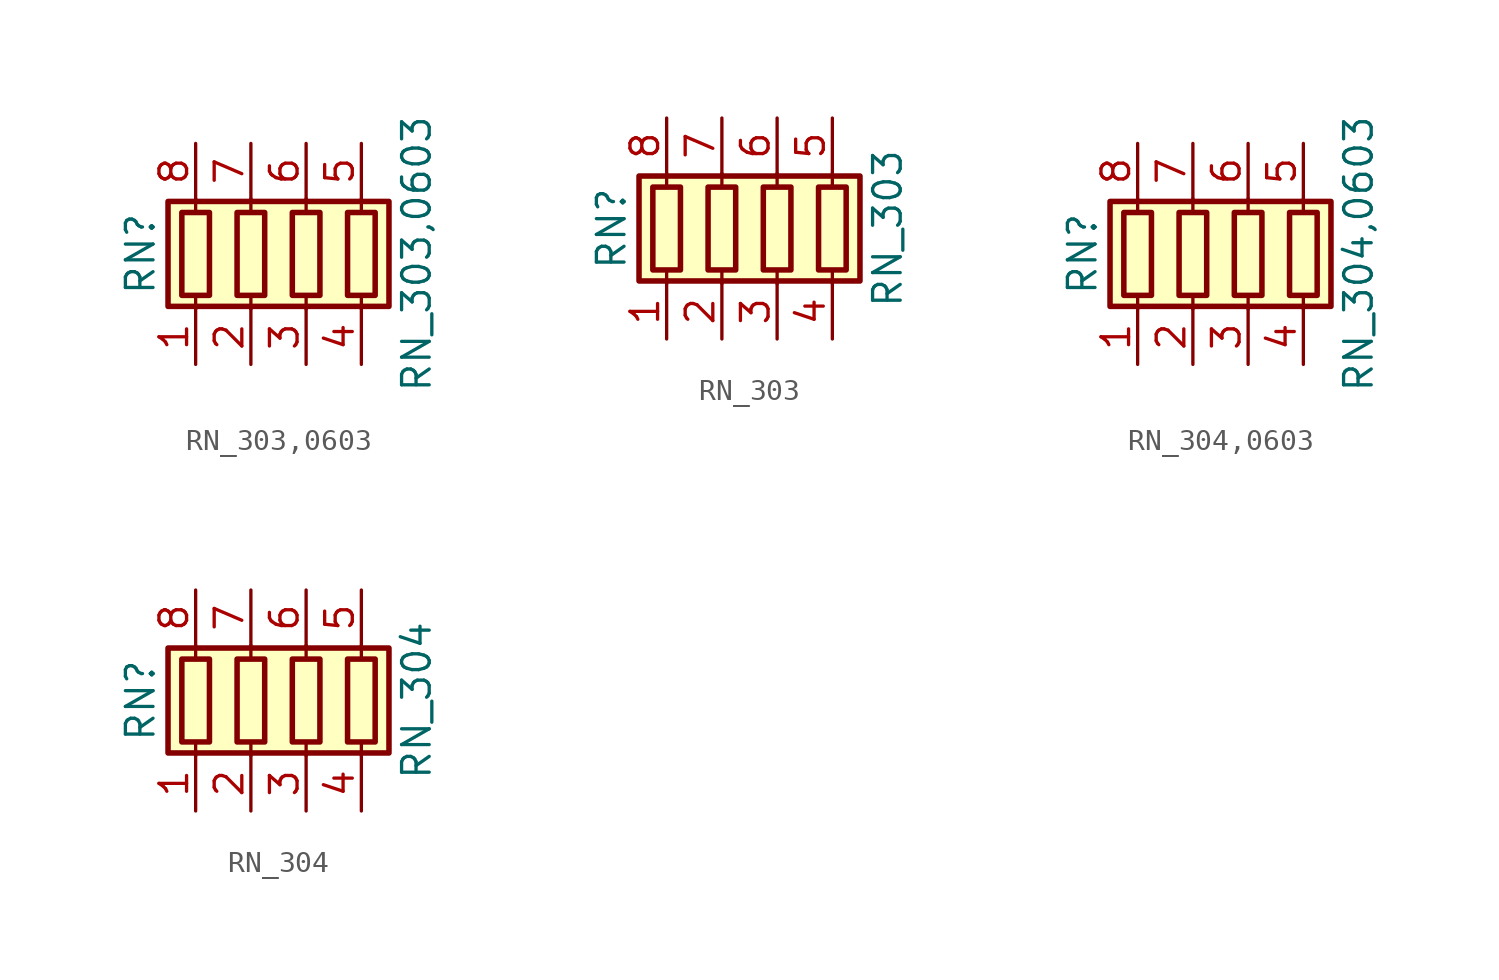
<source format=kicad_sym>
(kicad_symbol_lib
  (version 20211014)
  (generator kicad_symbol_editor)
  (symbol "RN_303,0603"
    (pin_names
      (offset 0) hide)
    (property "Reference" "RN"
      (at -7.62 0 90)
      (effects (font (size 1.27 1.27))))
    (property "Value" "RN_303,0603"
      (at 5.08 0 90)
      (effects (font (size 1.27 1.27))))
    (symbol "RN_303,0603_0_1"
      (rectangle (start -6.35 -2.413) (end 3.81 2.413) (stroke (width 0.254) (type default) (color 0 0 0 0)) (fill (type background)))
      (rectangle (start -5.715 1.905) (end -4.445 -1.905) (stroke (width 0.254) (type default) (color 0 0 0 0)) (fill (type none)))
      (rectangle (start -3.175 1.905) (end -1.905 -1.905) (stroke (width 0.254) (type default) (color 0 0 0 0)) (fill (type none)))
      (rectangle (start -0.635 1.905) (end 0.635 -1.905) (stroke (width 0.254) (type default) (color 0 0 0 0)) (fill (type none)))
      (polyline (pts (xy -5.08 -2.54) (xy -5.08 -1.905)) (stroke (width 0) (type default) (color 0 0 0 0)) (fill (type none)))
      (polyline (pts (xy -5.08 1.905) (xy -5.08 2.54)) (stroke (width 0) (type default) (color 0 0 0 0)) (fill (type none)))
      (polyline (pts (xy -2.54 -2.54) (xy -2.54 -1.905)) (stroke (width 0) (type default) (color 0 0 0 0)) (fill (type none)))
      (polyline (pts (xy -2.54 1.905) (xy -2.54 2.54)) (stroke (width 0) (type default) (color 0 0 0 0)) (fill (type none)))
      (polyline (pts (xy 0 -2.54) (xy 0 -1.905)) (stroke (width 0) (type default) (color 0 0 0 0)) (fill (type none)))
      (polyline (pts (xy 0 1.905) (xy 0 2.54)) (stroke (width 0) (type default) (color 0 0 0 0)) (fill (type none)))
      (polyline (pts (xy 2.54 -2.54) (xy 2.54 -1.905)) (stroke (width 0) (type default) (color 0 0 0 0)) (fill (type none)))
      (polyline (pts (xy 2.54 1.905) (xy 2.54 2.54)) (stroke (width 0) (type default) (color 0 0 0 0)) (fill (type none)))
      (rectangle (start 1.905 1.905) (end 3.175 -1.905) (stroke (width 0.254) (type default) (color 0 0 0 0)) (fill (type none))))
    (symbol "RN_303,0603_1_1"
      (pin passive line (at -5.08 -5.08 90) (length 2.54) (name "R1.1" (effects (font (size 1.27 1.27)))) (number "1" (effects (font (size 1.27 1.27)))))
      (pin passive line (at -2.54 -5.08 90) (length 2.54) (name "R2.1" (effects (font (size 1.27 1.27)))) (number "2" (effects (font (size 1.27 1.27)))))
      (pin passive line (at 0 -5.08 90) (length 2.54) (name "R3.1" (effects (font (size 1.27 1.27)))) (number "3" (effects (font (size 1.27 1.27)))))
      (pin passive line (at 2.54 -5.08 90) (length 2.54) (name "R4.1" (effects (font (size 1.27 1.27)))) (number "4" (effects (font (size 1.27 1.27)))))
      (pin passive line (at 2.54 5.08 270) (length 2.54) (name "R4.2" (effects (font (size 1.27 1.27)))) (number "5" (effects (font (size 1.27 1.27)))))
      (pin passive line (at 0 5.08 270) (length 2.54) (name "R3.2" (effects (font (size 1.27 1.27)))) (number "6" (effects (font (size 1.27 1.27)))))
      (pin passive line (at -2.54 5.08 270) (length 2.54) (name "R2.2" (effects (font (size 1.27 1.27)))) (number "7" (effects (font (size 1.27 1.27)))))
      (pin passive line (at -5.08 5.08 270) (length 2.54) (name "R1.2" (effects (font (size 1.27 1.27)))) (number "8" (effects (font (size 1.27 1.27)))))))
  (symbol "RN_303"
    (pin_names
      (offset 0) hide)
    (property "Reference" "RN"
      (at -7.62 0 90)
      (effects (font (size 1.27 1.27))))
    (property "Value" "RN_303"
      (at 5.08 0 90)
      (effects (font (size 1.27 1.27))))
    (symbol "RN_303_0_1"
      (rectangle (start -6.35 -2.413) (end 3.81 2.413) (stroke (width 0.254) (type default) (color 0 0 0 0)) (fill (type background)))
      (rectangle (start -5.715 1.905) (end -4.445 -1.905) (stroke (width 0.254) (type default) (color 0 0 0 0)) (fill (type none)))
      (rectangle (start -3.175 1.905) (end -1.905 -1.905) (stroke (width 0.254) (type default) (color 0 0 0 0)) (fill (type none)))
      (rectangle (start -0.635 1.905) (end 0.635 -1.905) (stroke (width 0.254) (type default) (color 0 0 0 0)) (fill (type none)))
      (polyline (pts (xy -5.08 -2.54) (xy -5.08 -1.905)) (stroke (width 0) (type default) (color 0 0 0 0)) (fill (type none)))
      (polyline (pts (xy -5.08 1.905) (xy -5.08 2.54)) (stroke (width 0) (type default) (color 0 0 0 0)) (fill (type none)))
      (polyline (pts (xy -2.54 -2.54) (xy -2.54 -1.905)) (stroke (width 0) (type default) (color 0 0 0 0)) (fill (type none)))
      (polyline (pts (xy -2.54 1.905) (xy -2.54 2.54)) (stroke (width 0) (type default) (color 0 0 0 0)) (fill (type none)))
      (polyline (pts (xy 0 -2.54) (xy 0 -1.905)) (stroke (width 0) (type default) (color 0 0 0 0)) (fill (type none)))
      (polyline (pts (xy 0 1.905) (xy 0 2.54)) (stroke (width 0) (type default) (color 0 0 0 0)) (fill (type none)))
      (polyline (pts (xy 2.54 -2.54) (xy 2.54 -1.905)) (stroke (width 0) (type default) (color 0 0 0 0)) (fill (type none)))
      (polyline (pts (xy 2.54 1.905) (xy 2.54 2.54)) (stroke (width 0) (type default) (color 0 0 0 0)) (fill (type none)))
      (rectangle (start 1.905 1.905) (end 3.175 -1.905) (stroke (width 0.254) (type default) (color 0 0 0 0)) (fill (type none))))
    (symbol "RN_303_1_1"
      (pin passive line (at -5.08 -5.08 90) (length 2.54) (name "R1.1" (effects (font (size 1.27 1.27)))) (number "1" (effects (font (size 1.27 1.27)))))
      (pin passive line (at -2.54 -5.08 90) (length 2.54) (name "R2.1" (effects (font (size 1.27 1.27)))) (number "2" (effects (font (size 1.27 1.27)))))
      (pin passive line (at 0 -5.08 90) (length 2.54) (name "R3.1" (effects (font (size 1.27 1.27)))) (number "3" (effects (font (size 1.27 1.27)))))
      (pin passive line (at 2.54 -5.08 90) (length 2.54) (name "R4.1" (effects (font (size 1.27 1.27)))) (number "4" (effects (font (size 1.27 1.27)))))
      (pin passive line (at 2.54 5.08 270) (length 2.54) (name "R4.2" (effects (font (size 1.27 1.27)))) (number "5" (effects (font (size 1.27 1.27)))))
      (pin passive line (at 0 5.08 270) (length 2.54) (name "R3.2" (effects (font (size 1.27 1.27)))) (number "6" (effects (font (size 1.27 1.27)))))
      (pin passive line (at -2.54 5.08 270) (length 2.54) (name "R2.2" (effects (font (size 1.27 1.27)))) (number "7" (effects (font (size 1.27 1.27)))))
      (pin passive line (at -5.08 5.08 270) (length 2.54) (name "R1.2" (effects (font (size 1.27 1.27)))) (number "8" (effects (font (size 1.27 1.27)))))))
  (symbol "RN_304,0603"
    (pin_names
      (offset 0) hide)
    (property "Reference" "RN"
      (at -7.62 0 90)
      (effects (font (size 1.27 1.27))))
    (property "Value" "RN_304,0603"
      (at 5.08 0 90)
      (effects (font (size 1.27 1.27))))
    (symbol "RN_304,0603_0_1"
      (rectangle (start -6.35 -2.413) (end 3.81 2.413) (stroke (width 0.254) (type default) (color 0 0 0 0)) (fill (type background)))
      (rectangle (start -5.715 1.905) (end -4.445 -1.905) (stroke (width 0.254) (type default) (color 0 0 0 0)) (fill (type none)))
      (rectangle (start -3.175 1.905) (end -1.905 -1.905) (stroke (width 0.254) (type default) (color 0 0 0 0)) (fill (type none)))
      (rectangle (start -0.635 1.905) (end 0.635 -1.905) (stroke (width 0.254) (type default) (color 0 0 0 0)) (fill (type none)))
      (polyline (pts (xy -5.08 -2.54) (xy -5.08 -1.905)) (stroke (width 0) (type default) (color 0 0 0 0)) (fill (type none)))
      (polyline (pts (xy -5.08 1.905) (xy -5.08 2.54)) (stroke (width 0) (type default) (color 0 0 0 0)) (fill (type none)))
      (polyline (pts (xy -2.54 -2.54) (xy -2.54 -1.905)) (stroke (width 0) (type default) (color 0 0 0 0)) (fill (type none)))
      (polyline (pts (xy -2.54 1.905) (xy -2.54 2.54)) (stroke (width 0) (type default) (color 0 0 0 0)) (fill (type none)))
      (polyline (pts (xy 0 -2.54) (xy 0 -1.905)) (stroke (width 0) (type default) (color 0 0 0 0)) (fill (type none)))
      (polyline (pts (xy 0 1.905) (xy 0 2.54)) (stroke (width 0) (type default) (color 0 0 0 0)) (fill (type none)))
      (polyline (pts (xy 2.54 -2.54) (xy 2.54 -1.905)) (stroke (width 0) (type default) (color 0 0 0 0)) (fill (type none)))
      (polyline (pts (xy 2.54 1.905) (xy 2.54 2.54)) (stroke (width 0) (type default) (color 0 0 0 0)) (fill (type none)))
      (rectangle (start 1.905 1.905) (end 3.175 -1.905) (stroke (width 0.254) (type default) (color 0 0 0 0)) (fill (type none))))
    (symbol "RN_304,0603_1_1"
      (pin passive line (at -5.08 -5.08 90) (length 2.54) (name "R1.1" (effects (font (size 1.27 1.27)))) (number "1" (effects (font (size 1.27 1.27)))))
      (pin passive line (at -2.54 -5.08 90) (length 2.54) (name "R2.1" (effects (font (size 1.27 1.27)))) (number "2" (effects (font (size 1.27 1.27)))))
      (pin passive line (at 0 -5.08 90) (length 2.54) (name "R3.1" (effects (font (size 1.27 1.27)))) (number "3" (effects (font (size 1.27 1.27)))))
      (pin passive line (at 2.54 -5.08 90) (length 2.54) (name "R4.1" (effects (font (size 1.27 1.27)))) (number "4" (effects (font (size 1.27 1.27)))))
      (pin passive line (at 2.54 5.08 270) (length 2.54) (name "R4.2" (effects (font (size 1.27 1.27)))) (number "5" (effects (font (size 1.27 1.27)))))
      (pin passive line (at 0 5.08 270) (length 2.54) (name "R3.2" (effects (font (size 1.27 1.27)))) (number "6" (effects (font (size 1.27 1.27)))))
      (pin passive line (at -2.54 5.08 270) (length 2.54) (name "R2.2" (effects (font (size 1.27 1.27)))) (number "7" (effects (font (size 1.27 1.27)))))
      (pin passive line (at -5.08 5.08 270) (length 2.54) (name "R1.2" (effects (font (size 1.27 1.27)))) (number "8" (effects (font (size 1.27 1.27)))))))
  (symbol "RN_304"
    (pin_names
      (offset 0) hide)
    (property "Reference" "RN"
      (at -7.62 0 90)
      (effects (font (size 1.27 1.27))))
    (property "Value" "RN_304"
      (at 5.08 0 90)
      (effects (font (size 1.27 1.27))))
    (symbol "RN_304_0_1"
      (rectangle (start -6.35 -2.413) (end 3.81 2.413) (stroke (width 0.254) (type default) (color 0 0 0 0)) (fill (type background)))
      (rectangle (start -5.715 1.905) (end -4.445 -1.905) (stroke (width 0.254) (type default) (color 0 0 0 0)) (fill (type none)))
      (rectangle (start -3.175 1.905) (end -1.905 -1.905) (stroke (width 0.254) (type default) (color 0 0 0 0)) (fill (type none)))
      (rectangle (start -0.635 1.905) (end 0.635 -1.905) (stroke (width 0.254) (type default) (color 0 0 0 0)) (fill (type none)))
      (polyline (pts (xy -5.08 -2.54) (xy -5.08 -1.905)) (stroke (width 0) (type default) (color 0 0 0 0)) (fill (type none)))
      (polyline (pts (xy -5.08 1.905) (xy -5.08 2.54)) (stroke (width 0) (type default) (color 0 0 0 0)) (fill (type none)))
      (polyline (pts (xy -2.54 -2.54) (xy -2.54 -1.905)) (stroke (width 0) (type default) (color 0 0 0 0)) (fill (type none)))
      (polyline (pts (xy -2.54 1.905) (xy -2.54 2.54)) (stroke (width 0) (type default) (color 0 0 0 0)) (fill (type none)))
      (polyline (pts (xy 0 -2.54) (xy 0 -1.905)) (stroke (width 0) (type default) (color 0 0 0 0)) (fill (type none)))
      (polyline (pts (xy 0 1.905) (xy 0 2.54)) (stroke (width 0) (type default) (color 0 0 0 0)) (fill (type none)))
      (polyline (pts (xy 2.54 -2.54) (xy 2.54 -1.905)) (stroke (width 0) (type default) (color 0 0 0 0)) (fill (type none)))
      (polyline (pts (xy 2.54 1.905) (xy 2.54 2.54)) (stroke (width 0) (type default) (color 0 0 0 0)) (fill (type none)))
      (rectangle (start 1.905 1.905) (end 3.175 -1.905) (stroke (width 0.254) (type default) (color 0 0 0 0)) (fill (type none))))
    (symbol "RN_304_1_1"
      (pin passive line (at -5.08 -5.08 90) (length 2.54) (name "R1.1" (effects (font (size 1.27 1.27)))) (number "1" (effects (font (size 1.27 1.27)))))
      (pin passive line (at -2.54 -5.08 90) (length 2.54) (name "R2.1" (effects (font (size 1.27 1.27)))) (number "2" (effects (font (size 1.27 1.27)))))
      (pin passive line (at 0 -5.08 90) (length 2.54) (name "R3.1" (effects (font (size 1.27 1.27)))) (number "3" (effects (font (size 1.27 1.27)))))
      (pin passive line (at 2.54 -5.08 90) (length 2.54) (name "R4.1" (effects (font (size 1.27 1.27)))) (number "4" (effects (font (size 1.27 1.27)))))
      (pin passive line (at 2.54 5.08 270) (length 2.54) (name "R4.2" (effects (font (size 1.27 1.27)))) (number "5" (effects (font (size 1.27 1.27)))))
      (pin passive line (at 0 5.08 270) (length 2.54) (name "R3.2" (effects (font (size 1.27 1.27)))) (number "6" (effects (font (size 1.27 1.27)))))
      (pin passive line (at -2.54 5.08 270) (length 2.54) (name "R2.2" (effects (font (size 1.27 1.27)))) (number "7" (effects (font (size 1.27 1.27)))))
      (pin passive line (at -5.08 5.08 270) (length 2.54) (name "R1.2" (effects (font (size 1.27 1.27)))) (number "8" (effects (font (size 1.27 1.27))))))))
</source>
